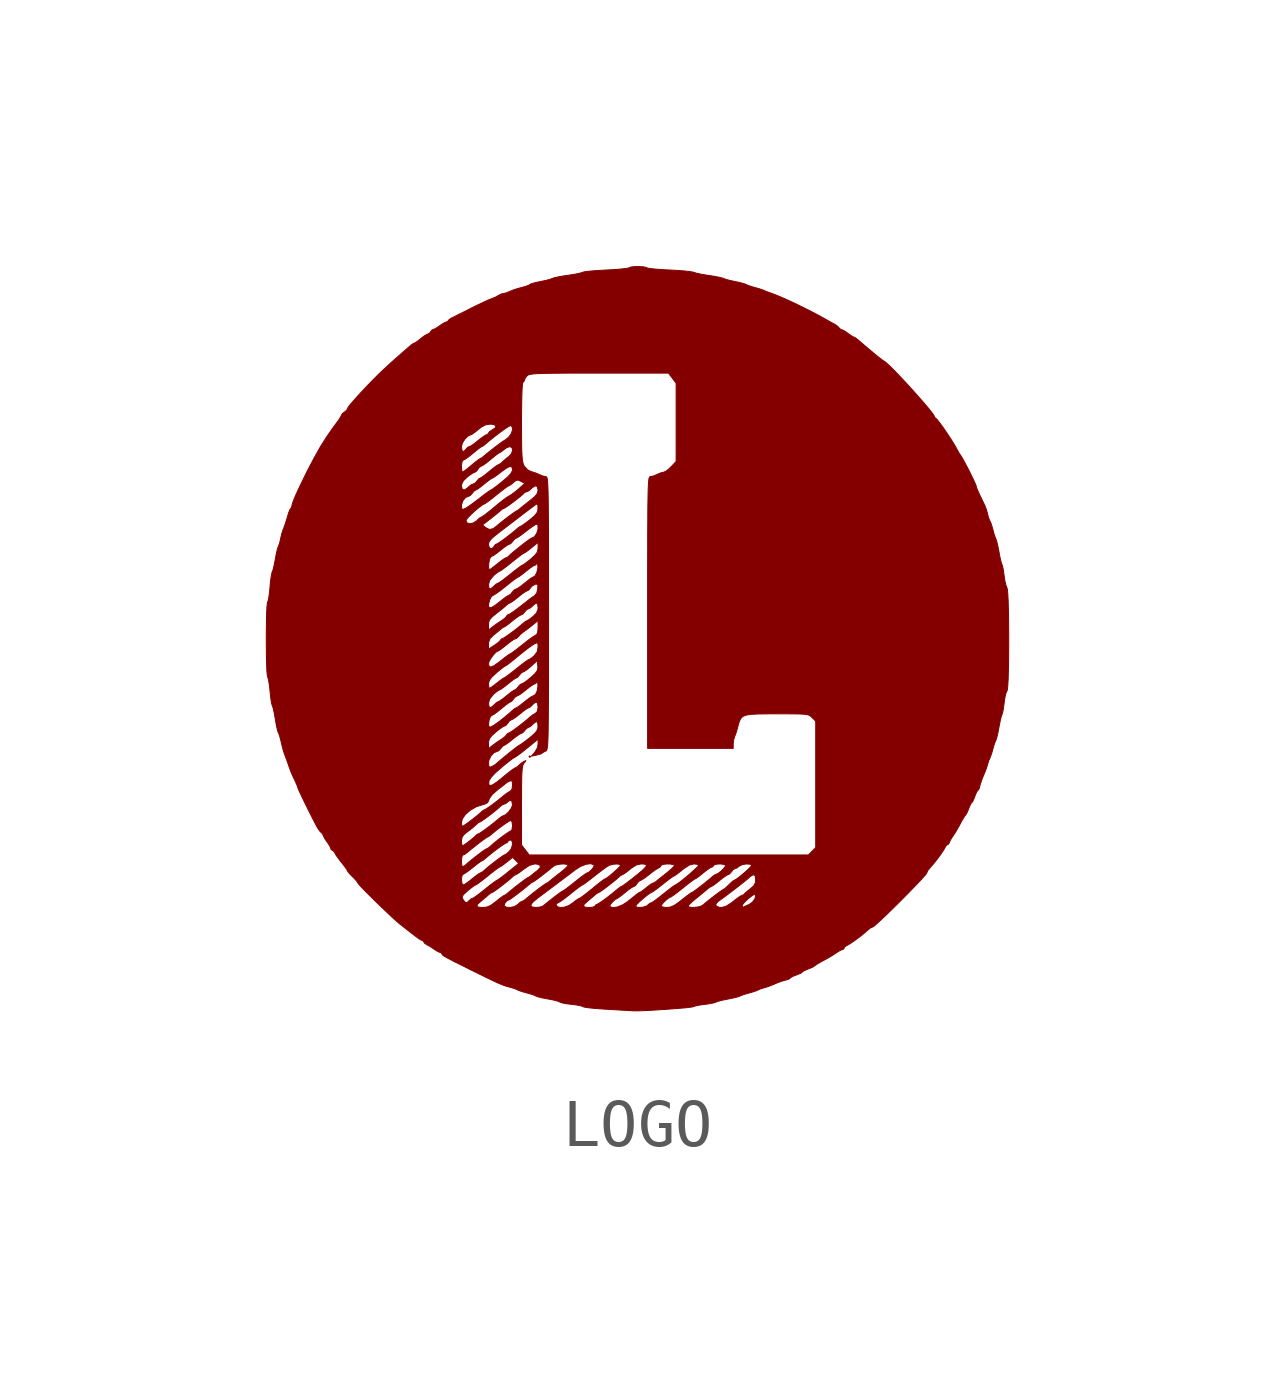
<source format=kicad_sym>
(kicad_symbol_lib
  (version 20210619)
  (generator bitmap2component)
  (symbol "LOGO"
    (pin_names
      (offset 1.016))
    (property "Reference" "#G"
      (at 0 7.373 0)
      (effects (font (size 1.27 1.27)) hide))
    (symbol "LOGO_0_0"
      (polyline (pts (xy 0.106 -7.782) (xy 0.252 -7.775) (xy 0.418 -7.765) (xy 0.592 -7.754) (xy 0.762 -7.741) (xy 0.917 -7.729) (xy 1.045 -7.717) (xy 1.134 -7.706) (xy 1.172 -7.698) (xy 1.212 -7.683) (xy 1.298 -7.665) (xy 1.407 -7.65) (xy 1.508 -7.636) (xy 1.596 -7.619) (xy 1.642 -7.603) (xy 1.643 -7.602) (xy 1.69 -7.585) (xy 1.779 -7.562) (xy 1.893 -7.539) (xy 1.898 -7.538) (xy 2.01 -7.515) (xy 2.098 -7.493) (xy 2.143 -7.477) (xy 2.164 -7.466) (xy 2.235 -7.441) (xy 2.33 -7.414) (xy 2.387 -7.398) (xy 2.471 -7.371) (xy 2.518 -7.351) (xy 2.566 -7.329) (xy 2.642 -7.306) (xy 2.667 -7.299) (xy 2.765 -7.266) (xy 2.869 -7.223) (xy 2.902 -7.208) (xy 3.009 -7.168) (xy 3.097 -7.143) (xy 3.099 -7.143) (xy 3.164 -7.123) (xy 3.191 -7.102) (xy 3.195 -7.095) (xy 3.239 -7.068) (xy 3.316 -7.038) (xy 3.347 -7.027) (xy 3.414 -6.998) (xy 3.441 -6.977) (xy 3.444 -6.972) (xy 3.484 -6.946) (xy 3.558 -6.915) (xy 3.581 -6.906) (xy 3.654 -6.876) (xy 3.691 -6.854) (xy 3.693 -6.852) (xy 3.74 -6.817) (xy 3.832 -6.763) (xy 3.959 -6.694) (xy 3.961 -6.693) (xy 4.056 -6.638) (xy 4.151 -6.575) (xy 4.166 -6.565) (xy 4.236 -6.523) (xy 4.282 -6.506) (xy 4.293 -6.505) (xy 4.317 -6.474) (xy 4.325 -6.454) (xy 4.372 -6.422) (xy 4.377 -6.42) (xy 4.441 -6.383) (xy 4.532 -6.321) (xy 4.635 -6.245) (xy 4.731 -6.168) (xy 4.805 -6.102) (xy 4.861 -6.058) (xy 4.908 -6.037) (xy 4.939 -6.017) (xy 5.006 -5.959) (xy 5.103 -5.87) (xy 5.22 -5.758) (xy 5.351 -5.63) (xy 5.489 -5.493) (xy 5.626 -5.355) (xy 5.754 -5.224) (xy 5.867 -5.106) (xy 5.957 -5.009) (xy 6.016 -4.941) (xy 6.037 -4.908) (xy 6.055 -4.864) (xy 6.102 -4.805) (xy 6.11 -4.796) (xy 6.178 -4.719) (xy 6.256 -4.62) (xy 6.331 -4.518) (xy 6.39 -4.429) (xy 6.422 -4.372) (xy 6.438 -4.342) (xy 6.474 -4.317) (xy 6.484 -4.315) (xy 6.506 -4.282) (xy 6.507 -4.276) (xy 6.53 -4.223) (xy 6.575 -4.151) (xy 6.577 -4.149) (xy 6.64 -4.053) (xy 6.694 -3.959) (xy 6.7 -3.949) (xy 6.767 -3.824) (xy 6.821 -3.735) (xy 6.854 -3.691) (xy 6.858 -3.686) (xy 6.884 -3.637) (xy 6.915 -3.558) (xy 6.924 -3.533) (xy 6.955 -3.467) (xy 6.977 -3.441) (xy 6.983 -3.437) (xy 7.008 -3.393) (xy 7.038 -3.316) (xy 7.049 -3.285) (xy 7.079 -3.217) (xy 7.102 -3.191) (xy 7.102 -3.191) (xy 7.123 -3.163) (xy 7.143 -3.097) (xy 7.149 -3.071) (xy 7.181 -2.973) (xy 7.223 -2.869) (xy 7.237 -2.836) (xy 7.279 -2.729) (xy 7.306 -2.642) (xy 7.328 -2.569) (xy 7.351 -2.518) (xy 7.361 -2.497) (xy 7.386 -2.426) (xy 7.414 -2.33) (xy 7.429 -2.274) (xy 7.457 -2.189) (xy 7.477 -2.143) (xy 7.479 -2.14) (xy 7.496 -2.087) (xy 7.518 -1.994) (xy 7.54 -1.877) (xy 7.543 -1.858) (xy 7.566 -1.744) (xy 7.587 -1.655) (xy 7.603 -1.611) (xy 7.604 -1.611) (xy 7.618 -1.564) (xy 7.635 -1.474) (xy 7.649 -1.361) (xy 7.65 -1.356) (xy 7.666 -1.244) (xy 7.687 -1.16) (xy 7.707 -1.119) (xy 7.717 -1.086) (xy 7.725 -0.998) (xy 7.732 -0.865) (xy 7.737 -0.695) (xy 7.741 -0.498) (xy 7.743 -0.283) (xy 7.744 -0.058) (xy 7.743 0.167) (xy 7.741 0.384) (xy 7.737 0.584) (xy 7.732 0.758) (xy 7.725 0.897) (xy 7.716 0.993) (xy 7.706 1.035) (xy 7.687 1.08) (xy 7.665 1.17) (xy 7.648 1.282) (xy 7.635 1.383) (xy 7.618 1.472) (xy 7.603 1.517) (xy 7.601 1.52) (xy 7.584 1.573) (xy 7.562 1.666) (xy 7.54 1.783) (xy 7.537 1.802) (xy 7.514 1.916) (xy 7.493 2.005) (xy 7.477 2.049) (xy 7.467 2.069) (xy 7.442 2.14) (xy 7.416 2.236) (xy 7.401 2.292) (xy 7.374 2.377) (xy 7.352 2.424) (xy 7.35 2.427) (xy 7.326 2.483) (xy 7.304 2.565) (xy 7.304 2.566) (xy 7.277 2.666) (xy 7.243 2.753) (xy 7.214 2.812) (xy 7.146 2.954) (xy 7.101 3.051) (xy 7.077 3.11) (xy 7.069 3.139) (xy 7.062 3.165) (xy 7.03 3.239) (xy 6.981 3.342) (xy 6.922 3.462) (xy 6.859 3.583) (xy 6.801 3.692) (xy 6.753 3.775) (xy 6.725 3.816) (xy 6.704 3.847) (xy 6.67 3.91) (xy 6.653 3.941) (xy 6.598 4.036) (xy 6.527 4.149) (xy 6.448 4.268) (xy 6.37 4.381) (xy 6.3 4.476) (xy 6.248 4.542) (xy 6.22 4.567) (xy 6.212 4.569) (xy 6.194 4.602) (xy 6.184 4.625) (xy 6.138 4.689) (xy 6.06 4.786) (xy 5.959 4.905) (xy 5.84 5.04) (xy 5.712 5.183) (xy 5.582 5.325) (xy 5.456 5.459) (xy 5.342 5.577) (xy 5.246 5.671) (xy 5.178 5.733) (xy 5.142 5.756) (xy 5.12 5.77) (xy 5.057 5.818) (xy 4.964 5.893) (xy 4.849 5.989) (xy 4.722 6.096) (xy 4.59 6.209) (xy 4.553 6.238) (xy 4.515 6.256) (xy 4.508 6.258) (xy 4.461 6.285) (xy 4.392 6.334) (xy 4.37 6.351) (xy 4.301 6.395) (xy 4.258 6.412) (xy 4.242 6.417) (xy 4.201 6.454) (xy 4.187 6.473) (xy 4.129 6.516) (xy 4.097 6.533) (xy 4.02 6.575) (xy 3.926 6.628) (xy 3.803 6.697) (xy 3.628 6.789) (xy 3.437 6.885) (xy 3.245 6.978) (xy 3.065 7.06) (xy 2.912 7.125) (xy 2.8 7.168) (xy 2.772 7.177) (xy 2.691 7.206) (xy 2.643 7.228) (xy 2.622 7.237) (xy 2.551 7.261) (xy 2.456 7.288) (xy 2.399 7.304) (xy 2.314 7.332) (xy 2.268 7.353) (xy 2.227 7.369) (xy 2.142 7.392) (xy 2.033 7.415) (xy 1.931 7.437) (xy 1.844 7.46) (xy 1.799 7.478) (xy 1.789 7.482) (xy 1.728 7.499) (xy 1.626 7.519) (xy 1.502 7.539) (xy 1.46 7.545) (xy 1.335 7.566) (xy 1.236 7.587) (xy 1.18 7.605) (xy 1.168 7.609) (xy 1.098 7.621) (xy 0.983 7.634) (xy 0.836 7.645) (xy 0.67 7.654) (xy 0.602 7.657) (xy 0.448 7.667) (xy 0.322 7.678) (xy 0.236 7.689) (xy 0.2 7.7) (xy 0.19 7.707) (xy 0.131 7.72) (xy 0.043 7.725) (xy -0.052 7.724) (xy -0.13 7.715) (xy -0.169 7.7) (xy -0.177 7.696) (xy -0.237 7.684) (xy -0.342 7.673) (xy -0.482 7.662) (xy -0.645 7.653) (xy -0.716 7.649) (xy -0.874 7.639) (xy -1.004 7.628) (xy -1.097 7.616) (xy -1.139 7.606) (xy -1.152 7.599) (xy -1.219 7.581) (xy -1.325 7.561) (xy -1.454 7.541) (xy -1.514 7.533) (xy -1.633 7.512) (xy -1.723 7.493) (xy -1.767 7.478) (xy -1.811 7.46) (xy -1.899 7.437) (xy -2.01 7.414) (xy -2.012 7.414) (xy -2.12 7.391) (xy -2.201 7.368) (xy -2.237 7.351) (xy -2.254 7.338) (xy -2.32 7.313) (xy -2.413 7.287) (xy -2.469 7.273) (xy -2.577 7.239) (xy -2.656 7.206) (xy -2.723 7.178) (xy -2.785 7.163) (xy -2.826 7.155) (xy -2.894 7.121) (xy -2.947 7.09) (xy -3.034 7.055) (xy -3.091 7.033) (xy -3.189 6.988) (xy -3.316 6.928) (xy -3.457 6.859) (xy -3.594 6.789) (xy -3.719 6.727) (xy -3.816 6.678) (xy -3.871 6.651) (xy -3.916 6.622) (xy -3.941 6.592) (xy -3.943 6.585) (xy -3.978 6.569) (xy -3.987 6.567) (xy -4.043 6.54) (xy -4.116 6.491) (xy -4.139 6.474) (xy -4.208 6.43) (xy -4.253 6.412) (xy -4.271 6.407) (xy -4.305 6.366) (xy -4.318 6.344) (xy -4.36 6.319) (xy -4.375 6.315) (xy -4.433 6.282) (xy -4.506 6.226) (xy -4.538 6.199) (xy -4.601 6.152) (xy -4.637 6.132) (xy -4.663 6.122) (xy -4.715 6.084) (xy -4.775 6.033) (xy -4.973 5.86) (xy -5.138 5.714) (xy -5.279 5.583) (xy -5.409 5.459) (xy -5.537 5.33) (xy -5.675 5.186) (xy -5.765 5.09) (xy -5.873 4.97) (xy -5.96 4.871) (xy -6.017 4.8) (xy -6.037 4.765) (xy -6.05 4.734) (xy -6.1 4.692) (xy -6.138 4.665) (xy -6.162 4.628) (xy -6.175 4.596) (xy -6.218 4.529) (xy -6.28 4.443) (xy -6.334 4.371) (xy -6.47 4.176) (xy -6.594 3.979) (xy -3.66 3.979) (xy -3.64 4.05) (xy -3.589 4.13) (xy -3.523 4.194) (xy -3.462 4.222) (xy -3.441 4.231) (xy -3.383 4.271) (xy -3.307 4.332) (xy -3.245 4.381) (xy -3.155 4.428) (xy -3.06 4.442) (xy -2.993 4.435) (xy -2.944 4.408) (xy -2.952 4.367) (xy -3.019 4.322) (xy -3.071 4.29) (xy -3.097 4.255) (xy -3.098 4.245) (xy -3.131 4.223) (xy -3.164 4.209) (xy -3.232 4.163) (xy -3.316 4.098) (xy -3.388 4.04) (xy -3.458 3.991) (xy -3.498 3.973) (xy -3.529 3.959) (xy -3.575 3.91) (xy -3.583 3.899) (xy -3.624 3.867) (xy -3.651 3.894) (xy -3.66 3.979) (xy -6.594 3.979) (xy -6.6 3.969) (xy -6.732 3.734) (xy -6.82 3.566) (xy -3.66 3.566) (xy -3.659 3.589) (xy -3.648 3.663) (xy -3.624 3.691) (xy -3.624 3.691) (xy -3.583 3.711) (xy -3.511 3.761) (xy -3.424 3.832) (xy -3.42 3.835) (xy -3.336 3.904) (xy -3.272 3.954) (xy -3.24 3.973) (xy -3.217 3.983) (xy -3.167 4.021) (xy -3.086 4.09) (xy -2.972 4.182) (xy -2.858 4.269) (xy -2.757 4.342) (xy -2.68 4.392) (xy -2.639 4.411) (xy -2.628 4.409) (xy -2.599 4.376) (xy -2.599 4.313) (xy -2.626 4.238) (xy -2.676 4.172) (xy -2.685 4.164) (xy -2.741 4.117) (xy -2.772 4.098) (xy -2.8 4.081) (xy -2.864 4.035) (xy -2.95 3.971) (xy -3.043 3.898) (xy -3.131 3.828) (xy -3.198 3.771) (xy -3.236 3.741) (xy -3.272 3.722) (xy -3.272 3.722) (xy -3.305 3.702) (xy -3.37 3.652) (xy -3.455 3.582) (xy -3.458 3.579) (xy -3.542 3.509) (xy -3.608 3.46) (xy -3.64 3.441) (xy -3.644 3.444) (xy -3.655 3.488) (xy -3.66 3.566) (xy -6.82 3.566) (xy -6.877 3.457) (xy -6.964 3.28) (xy -7.024 3.154) (xy -3.66 3.154) (xy -3.656 3.19) (xy -3.62 3.262) (xy -3.537 3.342) (xy -3.492 3.376) (xy -3.422 3.423) (xy -3.381 3.441) (xy -3.355 3.454) (xy -3.316 3.503) (xy -3.288 3.542) (xy -3.249 3.566) (xy -3.249 3.566) (xy -3.209 3.586) (xy -3.139 3.636) (xy -3.051 3.707) (xy -3.049 3.709) (xy -2.964 3.779) (xy -2.898 3.829) (xy -2.865 3.848) (xy -2.832 3.865) (xy -2.777 3.91) (xy -2.716 3.952) (xy -2.653 3.973) (xy -2.645 3.972) (xy -2.603 3.945) (xy -2.596 3.889) (xy -2.621 3.822) (xy -2.677 3.763) (xy -2.745 3.711) (xy -2.809 3.652) (xy -2.847 3.618) (xy -2.888 3.597) (xy -2.888 3.597) (xy -2.925 3.577) (xy -2.994 3.527) (xy -3.079 3.457) (xy -3.082 3.455) (xy -3.168 3.385) (xy -3.236 3.335) (xy -3.272 3.316) (xy -3.299 3.302) (xy -3.34 3.253) (xy -3.373 3.215) (xy -3.421 3.191) (xy -3.462 3.175) (xy -3.519 3.128) (xy -3.538 3.108) (xy -3.602 3.069) (xy -3.644 3.084) (xy -3.66 3.154) (xy -7.024 3.154) (xy -7.063 3.074) (xy -7.135 2.913) (xy -7.179 2.8) (xy -7.192 2.748) (xy -3.66 2.748) (xy -3.659 2.762) (xy -3.631 2.846) (xy -3.575 2.913) (xy -3.509 2.94) (xy -3.478 2.954) (xy -3.434 3.003) (xy -3.403 3.042) (xy -3.367 3.066) (xy -3.338 3.08) (xy -3.273 3.125) (xy -3.191 3.191) (xy -3.119 3.249) (xy -3.053 3.297) (xy -3.019 3.316) (xy -2.989 3.331) (xy -2.924 3.376) (xy -2.839 3.441) (xy -2.824 3.453) (xy -2.717 3.529) (xy -2.647 3.561) (xy -2.608 3.547) (xy -2.596 3.491) (xy -2.598 3.473) (xy -2.628 3.415) (xy -2.697 3.341) (xy -2.814 3.241) (xy -2.86 3.204) (xy -2.951 3.133) (xy -3.019 3.084) (xy -3.05 3.066) (xy -3.057 3.063) (xy -3.103 3.033) (xy -3.181 2.976) (xy -3.278 2.901) (xy -3.308 2.878) (xy -3.412 2.799) (xy -3.501 2.735) (xy -3.558 2.698) (xy -3.575 2.688) (xy -3.632 2.663) (xy -3.656 2.681) (xy -3.66 2.748) (xy -7.192 2.748) (xy -7.194 2.738) (xy -7.197 2.72) (xy -7.221 2.677) (xy -7.233 2.663) (xy -7.26 2.601) (xy -7.287 2.511) (xy -7.299 2.469) (xy -7.31 2.434) (xy -3.566 2.434) (xy -3.562 2.446) (xy -3.523 2.496) (xy -3.455 2.565) (xy -3.372 2.642) (xy -3.287 2.712) (xy -3.216 2.764) (xy -3.174 2.784) (xy -3.162 2.79) (xy -3.109 2.827) (xy -3.026 2.89) (xy -2.925 2.972) (xy -2.867 3.018) (xy -2.773 3.091) (xy -2.704 3.141) (xy -2.671 3.159) (xy -2.671 3.159) (xy -2.632 3.18) (xy -2.575 3.227) (xy -2.531 3.265) (xy -2.483 3.277) (xy -2.421 3.251) (xy -2.339 3.207) (xy -2.475 3.087) (xy -2.535 3.037) (xy -2.617 2.975) (xy -2.675 2.94) (xy -2.701 2.925) (xy -2.773 2.874) (xy -2.87 2.798) (xy -2.979 2.708) (xy -3.051 2.648) (xy -3.145 2.573) (xy -3.215 2.522) (xy -3.249 2.502) (xy -3.272 2.494) (xy -3.317 2.454) (xy -3.339 2.43) (xy -3.413 2.382) (xy -3.487 2.366) (xy -3.543 2.383) (xy -3.566 2.434) (xy -7.31 2.434) (xy -7.334 2.357) (xy -7.34 2.341) (xy -3.222 2.341) (xy -3.058 2.468) (xy -2.975 2.533) (xy -2.894 2.599) (xy -2.844 2.643) (xy -2.81 2.671) (xy -2.771 2.69) (xy -2.756 2.696) (xy -2.7 2.732) (xy -2.62 2.79) (xy -2.53 2.858) (xy -2.445 2.925) (xy -2.381 2.98) (xy -2.351 3.011) (xy -2.345 3.019) (xy -2.301 3.034) (xy -2.261 3.05) (xy -2.205 3.097) (xy -2.185 3.118) (xy -2.122 3.156) (xy -2.08 3.14) (xy -2.064 3.068) (xy -2.066 3.048) (xy -2.084 2.99) (xy -2.135 2.929) (xy -2.229 2.851) (xy -2.311 2.787) (xy -2.394 2.721) (xy -2.448 2.676) (xy -2.486 2.646) (xy -2.52 2.628) (xy -2.542 2.615) (xy -2.602 2.573) (xy -2.686 2.511) (xy -2.78 2.438) (xy -2.87 2.367) (xy -2.943 2.306) (xy -3.003 2.262) (xy -3.078 2.246) (xy -3.153 2.284) (xy -3.222 2.341) (xy -7.34 2.341) (xy -7.367 2.268) (xy -7.372 2.258) (xy -7.405 2.158) (xy -7.431 2.049) (xy -7.435 2.024) (xy -7.456 1.942) (xy -7.464 1.924) (xy -3.097 1.924) (xy -3.096 1.946) (xy -3.085 1.988) (xy -3.056 2.031) (xy -3.001 2.085) (xy -2.91 2.159) (xy -2.778 2.26) (xy -2.747 2.284) (xy -2.618 2.382) (xy -2.474 2.493) (xy -2.339 2.597) (xy -2.272 2.647) (xy -2.178 2.718) (xy -2.111 2.766) (xy -2.081 2.784) (xy -2.079 2.784) (xy -2.069 2.752) (xy -2.066 2.682) (xy -2.069 2.644) (xy -2.091 2.587) (xy -2.143 2.526) (xy -2.236 2.448) (xy -2.239 2.446) (xy -2.325 2.38) (xy -2.391 2.333) (xy -2.422 2.315) (xy -2.445 2.304) (xy -2.495 2.267) (xy -2.536 2.231) (xy -2.633 2.152) (xy -2.734 2.074) (xy -2.827 2.006) (xy -2.898 1.958) (xy -2.935 1.939) (xy -2.951 1.934) (xy -2.983 1.893) (xy -2.993 1.873) (xy -3.036 1.845) (xy -3.078 1.864) (xy -3.097 1.924) (xy -7.464 1.924) (xy -7.476 1.893) (xy -7.479 1.889) (xy -7.496 1.837) (xy -7.518 1.744) (xy -7.54 1.627) (xy -7.543 1.608) (xy -7.566 1.493) (xy -7.574 1.459) (xy -3.095 1.459) (xy -3.092 1.535) (xy -3.077 1.619) (xy -3.058 1.663) (xy -3.027 1.689) (xy -2.996 1.703) (xy -2.93 1.748) (xy -2.846 1.814) (xy -2.774 1.872) (xy -2.703 1.921) (xy -2.663 1.939) (xy -2.633 1.953) (xy -2.589 2.002) (xy -2.559 2.041) (xy -2.523 2.064) (xy -2.496 2.076) (xy -2.432 2.119) (xy -2.35 2.182) (xy -2.286 2.232) (xy -2.198 2.297) (xy -2.135 2.338) (xy -2.132 2.34) (xy -2.086 2.36) (xy -2.068 2.342) (xy -2.064 2.273) (xy -2.066 2.246) (xy -2.094 2.16) (xy -2.144 2.092) (xy -2.202 2.064) (xy -2.205 2.064) (xy -2.246 2.038) (xy -2.319 1.985) (xy -2.41 1.915) (xy -2.505 1.839) (xy -2.592 1.768) (xy -2.656 1.712) (xy -2.685 1.681) (xy -2.688 1.677) (xy -2.728 1.658) (xy -2.759 1.644) (xy -2.826 1.599) (xy -2.909 1.533) (xy -2.981 1.475) (xy -3.046 1.426) (xy -3.078 1.408) (xy -3.086 1.413) (xy -3.095 1.459) (xy -7.574 1.459) (xy -7.587 1.405) (xy -7.604 1.36) (xy -7.609 1.348) (xy -7.623 1.281) (xy -7.638 1.176) (xy -7.646 1.093) (xy -3.097 1.093) (xy -3.074 1.184) (xy -2.995 1.281) (xy -2.966 1.307) (xy -2.904 1.356) (xy -2.868 1.376) (xy -2.854 1.382) (xy -2.799 1.419) (xy -2.714 1.483) (xy -2.612 1.564) (xy -2.554 1.611) (xy -2.461 1.683) (xy -2.393 1.733) (xy -2.362 1.752) (xy -2.34 1.762) (xy -2.281 1.803) (xy -2.203 1.865) (xy -2.064 1.978) (xy -2.064 1.868) (xy -2.066 1.829) (xy -2.084 1.768) (xy -2.131 1.708) (xy -2.217 1.629) (xy -2.293 1.569) (xy -2.358 1.52) (xy -2.392 1.501) (xy -2.405 1.496) (xy -2.458 1.458) (xy -2.542 1.395) (xy -2.643 1.314) (xy -2.701 1.268) (xy -2.795 1.195) (xy -2.866 1.145) (xy -2.902 1.126) (xy -2.935 1.11) (xy -2.987 1.063) (xy -3.001 1.049) (xy -3.056 1.006) (xy -3.087 1.021) (xy -3.097 1.093) (xy -7.646 1.093) (xy -7.65 1.047) (xy -7.655 0.989) (xy -7.669 0.868) (xy -7.685 0.776) (xy -7.7 0.731) (xy -7.706 0.71) (xy -7.711 0.656) (xy -3.097 0.656) (xy -3.093 0.7) (xy -3.071 0.782) (xy -3.037 0.849) (xy -3.001 0.876) (xy -2.986 0.881) (xy -2.927 0.918) (xy -2.84 0.982) (xy -2.737 1.063) (xy -2.679 1.11) (xy -2.586 1.183) (xy -2.518 1.233) (xy -2.486 1.251) (xy -2.459 1.266) (xy -2.396 1.311) (xy -2.315 1.376) (xy -2.243 1.434) (xy -2.172 1.483) (xy -2.133 1.501) (xy -2.12 1.504) (xy -2.085 1.54) (xy -2.082 1.546) (xy -2.073 1.531) (xy -2.068 1.47) (xy -2.069 1.44) (xy -2.09 1.349) (xy -2.127 1.279) (xy -2.173 1.251) (xy -2.201 1.237) (xy -2.264 1.192) (xy -2.346 1.126) (xy -2.418 1.069) (xy -2.489 1.02) (xy -2.53 1.001) (xy -2.56 0.987) (xy -2.603 0.938) (xy -2.634 0.899) (xy -2.67 0.876) (xy -2.697 0.863) (xy -2.761 0.82) (xy -2.842 0.756) (xy -2.847 0.752) (xy -2.963 0.663) (xy -3.04 0.618) (xy -3.083 0.616) (xy -3.097 0.656) (xy -7.711 0.656) (xy -7.714 0.633) (xy -7.72 0.512) (xy -7.724 0.356) (xy -7.726 0.178) (xy -7.727 0.151) (xy -3.097 0.151) (xy -3.097 0.261) (xy -3.094 0.31) (xy -3.073 0.366) (xy -3.023 0.423) (xy -2.933 0.497) (xy -2.85 0.562) (xy -2.769 0.628) (xy -2.719 0.672) (xy -2.685 0.7) (xy -2.645 0.719) (xy -2.617 0.734) (xy -2.553 0.779) (xy -2.471 0.845) (xy -2.399 0.902) (xy -2.328 0.951) (xy -2.288 0.97) (xy -2.263 0.981) (xy -2.223 1.028) (xy -2.195 1.064) (xy -2.126 1.104) (xy -2.085 1.109) (xy -2.068 1.083) (xy -2.071 1.01) (xy -2.09 0.925) (xy -2.14 0.863) (xy -2.179 0.839) (xy -2.249 0.788) (xy -2.303 0.745) (xy -2.447 0.632) (xy -2.564 0.545) (xy -2.646 0.489) (xy -2.688 0.469) (xy -2.697 0.468) (xy -2.721 0.441) (xy -2.723 0.435) (xy -2.757 0.397) (xy -2.823 0.349) (xy -2.826 0.347) (xy -2.922 0.283) (xy -3.011 0.218) (xy -3.097 0.151) (xy -7.727 0.151) (xy -7.728 -0.014) (xy -7.727 -0.207) (xy -7.726 -0.247) (xy -3.097 -0.247) (xy -3.097 -0.142) (xy -3.095 -0.106) (xy -3.067 -0.029) (xy -2.995 0.043) (xy -2.979 0.056) (xy -2.899 0.12) (xy -2.839 0.171) (xy -2.801 0.201) (xy -2.765 0.219) (xy -2.739 0.233) (xy -2.677 0.279) (xy -2.596 0.344) (xy -2.524 0.401) (xy -2.453 0.45) (xy -2.412 0.469) (xy -2.382 0.483) (xy -2.339 0.532) (xy -2.307 0.571) (xy -2.265 0.594) (xy -2.228 0.61) (xy -2.174 0.657) (xy -2.155 0.676) (xy -2.103 0.715) (xy -2.073 0.696) (xy -2.064 0.618) (xy -2.067 0.577) (xy -2.098 0.503) (xy -2.172 0.43) (xy -2.202 0.407) (xy -2.265 0.362) (xy -2.297 0.344) (xy -2.32 0.334) (xy -2.369 0.296) (xy -2.405 0.265) (xy -2.503 0.184) (xy -2.607 0.105) (xy -2.702 0.036) (xy -2.775 -0.013) (xy -2.813 -0.031) (xy -2.822 -0.032) (xy -2.846 -0.057) (xy -2.853 -0.07) (xy -2.898 -0.112) (xy -2.972 -0.165) (xy -3.097 -0.247) (xy -7.726 -0.247) (xy -7.725 -0.391) (xy -7.721 -0.548) (xy -3.097 -0.548) (xy -3.089 -0.515) (xy -3.051 -0.443) (xy -2.995 -0.367) (xy -2.937 -0.306) (xy -2.891 -0.282) (xy -2.864 -0.267) (xy -2.803 -0.222) (xy -2.721 -0.156) (xy -2.649 -0.099) (xy -2.579 -0.05) (xy -2.539 -0.031) (xy -2.511 -0.021) (xy -2.465 0.023) (xy -2.434 0.058) (xy -2.372 0.11) (xy -2.346 0.127) (xy -2.276 0.179) (xy -2.192 0.245) (xy -2.064 0.349) (xy -2.064 0.205) (xy -2.067 0.141) (xy -2.083 0.072) (xy -2.119 0.04) (xy -2.136 0.032) (xy -2.201 -0.011) (xy -2.293 -0.079) (xy -2.398 -0.162) (xy -2.451 -0.204) (xy -2.543 -0.276) (xy -2.611 -0.326) (xy -2.643 -0.344) (xy -2.644 -0.344) (xy -2.679 -0.365) (xy -2.748 -0.416) (xy -2.836 -0.485) (xy -2.879 -0.519) (xy -2.982 -0.592) (xy -3.049 -0.621) (xy -3.086 -0.606) (xy -3.097 -0.548) (xy -7.721 -0.548) (xy -7.721 -0.556) (xy -7.716 -0.69) (xy -7.708 -0.783) (xy -7.7 -0.825) (xy -7.695 -0.834) (xy -7.679 -0.897) (xy -7.667 -0.972) (xy -3.097 -0.972) (xy -3.096 -0.952) (xy -3.076 -0.892) (xy -3.024 -0.825) (xy -2.929 -0.738) (xy -2.924 -0.733) (xy -2.839 -0.663) (xy -2.774 -0.613) (xy -2.742 -0.594) (xy -2.724 -0.585) (xy -2.666 -0.542) (xy -2.579 -0.474) (xy -2.475 -0.388) (xy -2.405 -0.331) (xy -2.296 -0.245) (xy -2.204 -0.178) (xy -2.146 -0.14) (xy -2.132 -0.133) (xy -2.085 -0.114) (xy -2.067 -0.135) (xy -2.064 -0.207) (xy -2.083 -0.307) (xy -2.151 -0.392) (xy -2.162 -0.402) (xy -2.224 -0.449) (xy -2.263 -0.468) (xy -2.276 -0.474) (xy -2.331 -0.512) (xy -2.416 -0.576) (xy -2.518 -0.657) (xy -2.576 -0.704) (xy -2.669 -0.776) (xy -2.737 -0.826) (xy -2.768 -0.845) (xy -2.788 -0.854) (xy -2.845 -0.894) (xy -2.923 -0.954) (xy -2.978 -0.998) (xy -3.043 -1.045) (xy -3.076 -1.064) (xy -3.091 -1.037) (xy -3.097 -0.972) (xy -7.667 -0.972) (xy -7.663 -1) (xy -7.649 -1.126) (xy -7.645 -1.171) (xy -7.631 -1.29) (xy -7.617 -1.378) (xy -3.097 -1.378) (xy -3.074 -1.288) (xy -2.995 -1.19) (xy -2.966 -1.165) (xy -2.904 -1.115) (xy -2.866 -1.095) (xy -2.837 -1.081) (xy -2.772 -1.035) (xy -2.69 -0.97) (xy -2.618 -0.912) (xy -2.55 -0.863) (xy -2.513 -0.845) (xy -2.488 -0.831) (xy -2.447 -0.782) (xy -2.415 -0.743) (xy -2.373 -0.72) (xy -2.348 -0.71) (xy -2.286 -0.667) (xy -2.209 -0.603) (xy -2.08 -0.486) (xy -2.07 -0.594) (xy -2.068 -0.644) (xy -2.083 -0.699) (xy -2.127 -0.756) (xy -2.211 -0.834) (xy -2.287 -0.897) (xy -2.358 -0.948) (xy -2.401 -0.969) (xy -2.433 -0.983) (xy -2.478 -1.032) (xy -2.509 -1.071) (xy -2.545 -1.095) (xy -2.574 -1.109) (xy -2.639 -1.154) (xy -2.721 -1.22) (xy -2.793 -1.278) (xy -2.862 -1.326) (xy -2.899 -1.345) (xy -2.93 -1.361) (xy -2.98 -1.408) (xy -2.992 -1.422) (xy -3.05 -1.465) (xy -3.085 -1.45) (xy -3.097 -1.378) (xy -7.617 -1.378) (xy -7.616 -1.379) (xy -7.603 -1.423) (xy -7.599 -1.429) (xy -7.582 -1.486) (xy -7.561 -1.584) (xy -7.54 -1.705) (xy -7.535 -1.737) (xy -7.519 -1.822) (xy -3.096 -1.822) (xy -3.096 -1.812) (xy -3.084 -1.723) (xy -3.058 -1.654) (xy -3.026 -1.627) (xy -3.026 -1.627) (xy -2.987 -1.607) (xy -2.916 -1.556) (xy -2.829 -1.486) (xy -2.827 -1.484) (xy -2.741 -1.414) (xy -2.673 -1.364) (xy -2.638 -1.345) (xy -2.613 -1.331) (xy -2.572 -1.282) (xy -2.541 -1.244) (xy -2.499 -1.22) (xy -2.466 -1.206) (xy -2.398 -1.161) (xy -2.315 -1.095) (xy -2.243 -1.037) (xy -2.172 -0.989) (xy -2.133 -0.97) (xy -2.12 -0.967) (xy -2.085 -0.931) (xy -2.083 -0.926) (xy -2.072 -0.937) (xy -2.067 -0.995) (xy -2.067 -1.021) (xy -2.083 -1.119) (xy -2.118 -1.192) (xy -2.163 -1.22) (xy -2.195 -1.234) (xy -2.262 -1.279) (xy -2.346 -1.345) (xy -2.418 -1.403) (xy -2.485 -1.452) (xy -2.519 -1.47) (xy -2.554 -1.488) (xy -2.609 -1.535) (xy -2.665 -1.585) (xy -2.753 -1.659) (xy -2.852 -1.738) (xy -2.892 -1.768) (xy -2.992 -1.839) (xy -3.054 -1.871) (xy -3.087 -1.864) (xy -3.096 -1.822) (xy -7.519 -1.822) (xy -7.513 -1.854) (xy -7.493 -1.942) (xy -7.477 -1.986) (xy -7.464 -2.013) (xy -7.44 -2.089) (xy -7.415 -2.19) (xy -7.399 -2.259) (xy -7.383 -2.32) (xy -3.097 -2.32) (xy -3.097 -2.211) (xy -3.095 -2.174) (xy -3.077 -2.113) (xy -3.031 -2.052) (xy -2.944 -1.974) (xy -2.868 -1.913) (xy -2.797 -1.864) (xy -2.757 -1.846) (xy -2.73 -1.833) (xy -2.69 -1.783) (xy -2.663 -1.745) (xy -2.623 -1.72) (xy -2.591 -1.706) (xy -2.523 -1.661) (xy -2.44 -1.595) (xy -2.368 -1.538) (xy -2.3 -1.489) (xy -2.263 -1.47) (xy -2.231 -1.455) (xy -2.181 -1.408) (xy -2.159 -1.384) (xy -2.106 -1.349) (xy -2.075 -1.373) (xy -2.064 -1.456) (xy -2.077 -1.543) (xy -2.119 -1.586) (xy -2.169 -1.613) (xy -2.236 -1.665) (xy -2.291 -1.714) (xy -2.384 -1.79) (xy -2.483 -1.867) (xy -2.576 -1.935) (xy -2.649 -1.984) (xy -2.688 -2.002) (xy -2.697 -2.003) (xy -2.721 -2.03) (xy -2.723 -2.036) (xy -2.757 -2.074) (xy -2.823 -2.122) (xy -2.826 -2.124) (xy -2.922 -2.188) (xy -3.011 -2.253) (xy -3.097 -2.32) (xy -7.383 -2.32) (xy -7.373 -2.359) (xy -7.352 -2.424) (xy -7.35 -2.429) (xy -7.321 -2.505) (xy -7.288 -2.596) (xy -7.288 -2.598) (xy -7.281 -2.616) (xy -3.097 -2.616) (xy -3.088 -2.56) (xy -3.046 -2.473) (xy -2.983 -2.405) (xy -2.915 -2.377) (xy -2.884 -2.364) (xy -2.839 -2.315) (xy -2.809 -2.276) (xy -2.773 -2.252) (xy -2.743 -2.238) (xy -2.679 -2.193) (xy -2.596 -2.127) (xy -2.524 -2.07) (xy -2.453 -2.021) (xy -2.412 -2.002) (xy -2.382 -1.988) (xy -2.339 -1.939) (xy -2.307 -1.901) (xy -2.265 -1.877) (xy -2.228 -1.861) (xy -2.174 -1.814) (xy -2.155 -1.795) (xy -2.103 -1.756) (xy -2.073 -1.776) (xy -2.065 -1.853) (xy -2.071 -1.907) (xy -2.097 -1.961) (xy -2.153 -2.022) (xy -2.251 -2.104) (xy -2.269 -2.118) (xy -2.358 -2.186) (xy -2.425 -2.234) (xy -2.457 -2.252) (xy -2.458 -2.252) (xy -2.492 -2.274) (xy -2.56 -2.326) (xy -2.651 -2.398) (xy -2.753 -2.481) (xy -2.853 -2.564) (xy -2.94 -2.639) (xy -2.971 -2.662) (xy -3.042 -2.7) (xy -3.068 -2.706) (xy -3.091 -2.685) (xy -3.097 -2.616) (xy -7.281 -2.616) (xy -7.246 -2.718) (xy -7.213 -2.804) (xy -7.181 -2.881) (xy -7.137 -2.972) (xy -7.118 -3.012) (xy -3.091 -3.012) (xy -3.083 -2.982) (xy -3.041 -2.916) (xy -2.959 -2.829) (xy -2.831 -2.716) (xy -2.752 -2.65) (xy -2.657 -2.575) (xy -2.588 -2.523) (xy -2.555 -2.503) (xy -2.541 -2.497) (xy -2.485 -2.459) (xy -2.399 -2.395) (xy -2.297 -2.313) (xy -2.064 -2.123) (xy -2.064 -2.225) (xy -2.076 -2.3) (xy -2.135 -2.402) (xy -2.205 -2.478) (xy -2.096 -2.455) (xy -2.083 -2.452) (xy -2.009 -2.431) (xy -1.971 -2.41) (xy -1.955 -2.396) (xy -1.9 -2.368) (xy -1.895 -2.366) (xy -1.886 -2.356) (xy -1.879 -2.337) (xy -1.872 -2.304) (xy -1.866 -2.255) (xy -1.861 -2.185) (xy -1.857 -2.09) (xy -1.854 -1.966) (xy -1.852 -1.811) (xy -1.85 -1.619) (xy -1.848 -1.388) (xy -1.847 -1.113) (xy -1.846 -0.79) (xy -1.846 -0.416) (xy -1.846 0.012) (xy -1.845 0.499) (xy -1.846 0.795) (xy -1.846 1.246) (xy -1.846 1.642) (xy -1.847 1.984) (xy -1.847 2.278) (xy -1.849 2.526) (xy -1.851 2.733) (xy -1.853 2.902) (xy -1.856 3.037) (xy -1.86 3.142) (xy -1.864 3.22) (xy -1.869 3.276) (xy -1.875 3.313) (xy -1.883 3.334) (xy -1.891 3.345) (xy -1.9 3.347) (xy -1.96 3.359) (xy -2.039 3.391) (xy -2.114 3.424) (xy -2.211 3.454) (xy -2.282 3.489) (xy -2.354 3.569) (xy -2.366 3.594) (xy -2.38 3.636) (xy -2.391 3.694) (xy -2.398 3.775) (xy -2.404 3.887) (xy -2.407 4.039) (xy -2.408 4.238) (xy -2.409 4.491) (xy -2.409 4.588) (xy -2.406 4.844) (xy -2.402 5.047) (xy -2.396 5.196) (xy -2.388 5.287) (xy -2.377 5.318) (xy -2.365 5.321) (xy -2.346 5.36) (xy -2.333 5.398) (xy -2.289 5.454) (xy -2.281 5.46) (xy -2.258 5.471) (xy -2.221 5.48) (xy -2.166 5.488) (xy -2.086 5.494) (xy -1.976 5.498) (xy -1.831 5.501) (xy -1.645 5.503) (xy -1.413 5.505) (xy -1.13 5.505) (xy -0.789 5.505) (xy 0.654 5.505) (xy 0.813 5.296) (xy 0.813 3.664) (xy 0.708 3.553) (xy 0.671 3.517) (xy 0.603 3.462) (xy 0.555 3.441) (xy 0.496 3.427) (xy 0.418 3.394) (xy 0.34 3.361) (xy 0.274 3.347) (xy 0.269 3.346) (xy 0.26 3.34) (xy 0.252 3.324) (xy 0.245 3.295) (xy 0.24 3.248) (xy 0.235 3.18) (xy 0.231 3.088) (xy 0.228 2.967) (xy 0.225 2.813) (xy 0.223 2.624) (xy 0.222 2.394) (xy 0.22 2.121) (xy 0.22 1.8) (xy 0.219 1.429) (xy 0.219 1.002) (xy 0.219 -2.315) (xy 2.002 -2.315) (xy 2.002 -2.22) (xy 2.01 -2.143) (xy 2.031 -2.072) (xy 2.041 -2.05) (xy 2.069 -1.97) (xy 2.097 -1.871) (xy 2.109 -1.824) (xy 2.132 -1.748) (xy 2.161 -1.691) (xy 2.204 -1.65) (xy 2.269 -1.623) (xy 2.364 -1.607) (xy 2.498 -1.599) (xy 2.677 -1.596) (xy 2.912 -1.595) (xy 3.116 -1.595) (xy 3.284 -1.597) (xy 3.407 -1.599) (xy 3.493 -1.605) (xy 3.551 -1.614) (xy 3.59 -1.627) (xy 3.619 -1.647) (xy 3.646 -1.672) (xy 3.722 -1.749) (xy 3.722 -4.382) (xy 3.646 -4.459) (xy 3.569 -4.536) (xy -2.249 -4.536) (xy -2.409 -4.327) (xy -2.409 -3.503) (xy -2.408 -3.275) (xy -2.407 -3.074) (xy -2.405 -2.921) (xy -2.4 -2.808) (xy -2.393 -2.73) (xy -2.383 -2.676) (xy -2.37 -2.642) (xy -2.354 -2.618) (xy -2.323 -2.581) (xy -2.32 -2.569) (xy -2.364 -2.59) (xy -2.408 -2.618) (xy -2.47 -2.673) (xy -2.497 -2.7) (xy -2.538 -2.721) (xy -2.551 -2.727) (xy -2.605 -2.763) (xy -2.689 -2.827) (xy -2.789 -2.909) (xy -2.917 -3.013) (xy -3.007 -3.073) (xy -3.063 -3.092) (xy -3.089 -3.071) (xy -3.091 -3.012) (xy -7.118 -3.012) (xy -7.114 -3.021) (xy -7.082 -3.097) (xy -7.069 -3.138) (xy -7.06 -3.163) (xy -7.028 -3.234) (xy -6.978 -3.34) (xy -6.916 -3.467) (xy -6.848 -3.605) (xy -6.78 -3.74) (xy -6.722 -3.853) (xy -3.66 -3.853) (xy -3.642 -3.783) (xy -3.576 -3.689) (xy -3.473 -3.601) (xy -3.348 -3.53) (xy -3.214 -3.487) (xy -3.175 -3.478) (xy -3.114 -3.445) (xy -3.087 -3.383) (xy -3.077 -3.356) (xy -3.015 -3.272) (xy -2.904 -3.175) (xy -2.82 -3.112) (xy -2.753 -3.059) (xy -2.721 -3.032) (xy -2.705 -3.02) (xy -2.651 -2.994) (xy -2.622 -2.988) (xy -2.601 -3.011) (xy -2.596 -3.083) (xy -2.607 -3.165) (xy -2.649 -3.213) (xy -2.683 -3.229) (xy -2.75 -3.276) (xy -2.783 -3.303) (xy -2.881 -3.383) (xy -2.983 -3.462) (xy -3.077 -3.531) (xy -3.149 -3.579) (xy -3.186 -3.597) (xy -3.191 -3.598) (xy -3.227 -3.621) (xy -3.229 -3.624) (xy -3.266 -3.66) (xy -3.338 -3.72) (xy -3.43 -3.793) (xy -3.452 -3.809) (xy -3.542 -3.877) (xy -3.61 -3.924) (xy -3.642 -3.941) (xy -3.654 -3.917) (xy -3.66 -3.853) (xy -6.722 -3.853) (xy -6.718 -3.862) (xy -6.667 -3.957) (xy -6.665 -3.961) (xy -6.618 -4.032) (xy -6.577 -4.076) (xy -6.561 -4.089) (xy -6.538 -4.133) (xy -6.536 -4.142) (xy -6.509 -4.195) (xy -6.475 -4.245) (xy -3.66 -4.245) (xy -3.65 -4.173) (xy -3.612 -4.115) (xy -3.531 -4.049) (xy -3.49 -4.019) (xy -3.408 -3.953) (xy -3.353 -3.902) (xy -3.315 -3.868) (xy -3.275 -3.848) (xy -3.247 -3.833) (xy -3.181 -3.788) (xy -3.094 -3.724) (xy -2.999 -3.651) (xy -2.911 -3.579) (xy -2.844 -3.519) (xy -2.809 -3.492) (xy -2.762 -3.472) (xy -2.738 -3.465) (xy -2.69 -3.426) (xy -2.644 -3.394) (xy -2.61 -3.417) (xy -2.596 -3.491) (xy -2.596 -3.493) (xy -2.619 -3.559) (xy -2.672 -3.633) (xy -2.736 -3.695) (xy -2.792 -3.721) (xy -2.818 -3.732) (xy -2.87 -3.771) (xy -2.91 -3.805) (xy -3.007 -3.884) (xy -3.109 -3.963) (xy -3.202 -4.031) (xy -3.274 -4.08) (xy -3.311 -4.098) (xy -3.316 -4.098) (xy -3.352 -4.121) (xy -3.366 -4.138) (xy -3.418 -4.185) (xy -3.494 -4.246) (xy -3.545 -4.285) (xy -3.61 -4.33) (xy -3.642 -4.348) (xy -3.644 -4.348) (xy -3.655 -4.315) (xy -3.66 -4.245) (xy -6.475 -4.245) (xy -6.46 -4.267) (xy -6.443 -4.289) (xy -6.399 -4.36) (xy -6.381 -4.406) (xy -6.38 -4.418) (xy -6.349 -4.442) (xy -6.329 -4.45) (xy -6.297 -4.497) (xy -6.277 -4.534) (xy -6.225 -4.609) (xy -6.185 -4.661) (xy -3.66 -4.661) (xy -3.659 -4.633) (xy -3.648 -4.564) (xy -3.628 -4.536) (xy -3.598 -4.526) (xy -3.542 -4.487) (xy -3.48 -4.434) (xy -3.392 -4.364) (xy -3.298 -4.29) (xy -3.211 -4.225) (xy -3.145 -4.178) (xy -3.115 -4.16) (xy -3.091 -4.15) (xy -3.042 -4.112) (xy -3.028 -4.099) (xy -2.938 -4.025) (xy -2.839 -3.949) (xy -2.745 -3.882) (xy -2.671 -3.834) (xy -2.631 -3.816) (xy -2.626 -3.817) (xy -2.605 -3.853) (xy -2.596 -3.926) (xy -2.597 -3.94) (xy -2.608 -4.008) (xy -2.63 -4.035) (xy -2.653 -4.045) (xy -2.716 -4.086) (xy -2.804 -4.148) (xy -2.901 -4.223) (xy -2.994 -4.298) (xy -3.068 -4.364) (xy -3.102 -4.391) (xy -3.141 -4.411) (xy -3.172 -4.428) (xy -3.239 -4.474) (xy -3.326 -4.54) (xy -3.419 -4.613) (xy -3.505 -4.683) (xy -3.569 -4.739) (xy -3.595 -4.762) (xy -3.635 -4.781) (xy -3.655 -4.749) (xy -3.66 -4.661) (xy -6.185 -4.661) (xy -6.157 -4.697) (xy -6.104 -4.764) (xy -6.056 -4.83) (xy -6.037 -4.865) (xy -6.031 -4.878) (xy -5.992 -4.926) (xy -5.928 -4.991) (xy -5.893 -5.026) (xy -5.87 -5.052) (xy -3.66 -5.052) (xy -3.66 -5.037) (xy -3.65 -4.97) (xy -3.631 -4.942) (xy -3.63 -4.942) (xy -3.591 -4.921) (xy -3.519 -4.871) (xy -3.43 -4.802) (xy -3.423 -4.796) (xy -3.337 -4.728) (xy -3.271 -4.679) (xy -3.24 -4.661) (xy -3.217 -4.65) (xy -3.167 -4.613) (xy -3.132 -4.582) (xy -3.033 -4.501) (xy -2.93 -4.421) (xy -2.835 -4.352) (xy -2.762 -4.304) (xy -2.724 -4.285) (xy -2.714 -4.284) (xy -2.69 -4.254) (xy -2.685 -4.24) (xy -2.643 -4.223) (xy -2.63 -4.225) (xy -2.6 -4.261) (xy -2.598 -4.326) (xy -2.621 -4.402) (xy -2.669 -4.468) (xy -2.671 -4.469) (xy -2.728 -4.516) (xy -2.765 -4.536) (xy -2.796 -4.553) (xy -2.862 -4.599) (xy -2.949 -4.664) (xy -3.043 -4.737) (xy -3.129 -4.807) (xy -3.193 -4.864) (xy -3.227 -4.892) (xy -3.267 -4.911) (xy -3.295 -4.925) (xy -3.359 -4.971) (xy -3.441 -5.036) (xy -3.513 -5.094) (xy -3.584 -5.143) (xy -3.625 -5.161) (xy -3.63 -5.16) (xy -3.651 -5.124) (xy -3.66 -5.052) (xy -5.87 -5.052) (xy -5.839 -5.086) (xy -5.818 -5.122) (xy -5.809 -5.136) (xy -5.762 -5.189) (xy -5.683 -5.271) (xy -5.582 -5.373) (xy -5.522 -5.432) (xy -3.643 -5.432) (xy -3.642 -5.395) (xy -3.607 -5.35) (xy -3.531 -5.282) (xy -3.47 -5.231) (xy -3.404 -5.182) (xy -3.368 -5.162) (xy -3.354 -5.156) (xy -3.299 -5.119) (xy -3.215 -5.055) (xy -3.112 -4.974) (xy -3.054 -4.927) (xy -2.962 -4.854) (xy -2.894 -4.805) (xy -2.863 -4.786) (xy -2.847 -4.779) (xy -2.793 -4.743) (xy -2.719 -4.686) (xy -2.594 -4.586) (xy -2.467 -4.713) (xy -2.687 -4.89) (xy -2.734 -4.929) (xy -2.826 -5) (xy -2.894 -5.049) (xy -2.925 -5.067) (xy -2.938 -5.074) (xy -2.991 -5.111) (xy -3.074 -5.174) (xy -3.175 -5.255) (xy -3.232 -5.301) (xy -3.327 -5.374) (xy -3.399 -5.424) (xy -3.435 -5.443) (xy -3.457 -5.45) (xy -3.503 -5.49) (xy -3.542 -5.528) (xy -3.58 -5.526) (xy -3.625 -5.468) (xy -3.643 -5.432) (xy -5.522 -5.432) (xy -5.465 -5.489) (xy -5.347 -5.603) (xy -3.34 -5.603) (xy -3.321 -5.56) (xy -3.245 -5.492) (xy -3.228 -5.478) (xy -3.151 -5.414) (xy -3.094 -5.364) (xy -3.06 -5.337) (xy -3.022 -5.318) (xy -2.99 -5.301) (xy -2.923 -5.254) (xy -2.836 -5.189) (xy -2.743 -5.116) (xy -2.657 -5.046) (xy -2.594 -4.989) (xy -2.56 -4.962) (xy -2.521 -4.942) (xy -2.5 -4.933) (xy -2.441 -4.893) (xy -2.364 -4.833) (xy -2.243 -4.753) (xy -2.134 -4.723) (xy -2.088 -4.726) (xy -2.025 -4.751) (xy -2.017 -4.795) (xy -2.067 -4.852) (xy -2.13 -4.901) (xy -2.197 -4.956) (xy -2.235 -4.987) (xy -2.27 -5.005) (xy -2.296 -5.02) (xy -2.359 -5.064) (xy -2.444 -5.128) (xy -2.538 -5.201) (xy -2.627 -5.273) (xy -2.698 -5.332) (xy -2.736 -5.362) (xy -2.772 -5.38) (xy -2.798 -5.395) (xy -2.859 -5.44) (xy -2.94 -5.505) (xy -2.958 -5.52) (xy -3.052 -5.588) (xy -3.058 -5.591) (xy -2.771 -5.591) (xy -2.757 -5.544) (xy -2.718 -5.496) (xy -2.675 -5.474) (xy -2.651 -5.462) (xy -2.59 -5.419) (xy -2.505 -5.356) (xy -2.41 -5.283) (xy -2.318 -5.21) (xy -2.244 -5.147) (xy -2.207 -5.117) (xy -2.172 -5.099) (xy -2.146 -5.084) (xy -2.083 -5.04) (xy -1.998 -4.976) (xy -1.904 -4.903) (xy -1.815 -4.831) (xy -1.744 -4.772) (xy -1.693 -4.746) (xy -1.614 -4.729) (xy -1.531 -4.723) (xy -1.466 -4.731) (xy -1.439 -4.752) (xy -1.46 -4.782) (xy -1.519 -4.838) (xy -1.603 -4.907) (xy -1.685 -4.97) (xy -1.769 -5.037) (xy -1.822 -5.081) (xy -1.86 -5.112) (xy -1.895 -5.13) (xy -1.921 -5.145) (xy -1.983 -5.189) (xy -2.069 -5.253) (xy -2.163 -5.326) (xy -2.252 -5.398) (xy -2.323 -5.457) (xy -2.362 -5.487) (xy -2.404 -5.505) (xy -2.436 -5.521) (xy -2.487 -5.568) (xy -2.489 -5.57) (xy -2.505 -5.58) (xy -2.216 -5.58) (xy -2.176 -5.521) (xy -2.078 -5.439) (xy -1.988 -5.372) (xy -1.845 -5.265) (xy -1.673 -5.136) (xy -1.482 -4.992) (xy -1.282 -4.841) (xy -1.178 -4.775) (xy -1.062 -4.73) (xy -0.964 -4.718) (xy -0.896 -4.745) (xy -0.894 -4.75) (xy -0.908 -4.79) (xy -0.949 -4.844) (xy -0.999 -4.891) (xy -1.04 -4.911) (xy -1.054 -4.917) (xy -1.11 -4.954) (xy -1.196 -5.018) (xy -1.298 -5.099) (xy -1.356 -5.146) (xy -1.449 -5.218) (xy -1.517 -5.268) (xy -1.548 -5.287) (xy -1.572 -5.299) (xy -1.636 -5.344) (xy -1.729 -5.415) (xy -1.841 -5.502) (xy -1.916 -5.563) (xy -1.689 -5.563) (xy -1.688 -5.556) (xy -1.655 -5.537) (xy -1.64 -5.531) (xy -1.582 -5.494) (xy -1.495 -5.431) (xy -1.392 -5.349) (xy -1.334 -5.302) (xy -1.241 -5.23) (xy -1.173 -5.18) (xy -1.142 -5.161) (xy -1.131 -5.157) (xy -1.079 -5.122) (xy -0.997 -5.06) (xy -0.896 -4.981) (xy -0.851 -4.946) (xy -0.745 -4.864) (xy -0.657 -4.799) (xy -0.602 -4.763) (xy -0.59 -4.756) (xy -0.515 -4.733) (xy -0.435 -4.724) (xy -0.37 -4.73) (xy -0.344 -4.752) (xy -0.364 -4.781) (xy -0.418 -4.836) (xy -0.492 -4.903) (xy -0.569 -4.968) (xy -0.633 -5.017) (xy -0.67 -5.036) (xy -0.687 -5.045) (xy -0.745 -5.087) (xy -0.832 -5.154) (xy -0.936 -5.24) (xy -1.009 -5.299) (xy -1.104 -5.374) (xy -1.175 -5.425) (xy -1.209 -5.444) (xy -1.221 -5.448) (xy -1.273 -5.482) (xy -1.344 -5.538) (xy -1.418 -5.588) (xy -1.458 -5.603) (xy -1.119 -5.603) (xy -1.1 -5.561) (xy -1.024 -5.492) (xy -1.007 -5.478) (xy -0.93 -5.414) (xy -0.873 -5.364) (xy -0.84 -5.337) (xy -0.801 -5.318) (xy -0.769 -5.301) (xy -0.702 -5.254) (xy -0.615 -5.189) (xy -0.522 -5.116) (xy -0.436 -5.046) (xy -0.373 -4.989) (xy -0.339 -4.962) (xy -0.299 -4.942) (xy -0.28 -4.934) (xy -0.223 -4.894) (xy -0.148 -4.833) (xy -0.129 -4.817) (xy -0.018 -4.746) (xy 0.082 -4.723) (xy 0.123 -4.724) (xy 0.176 -4.732) (xy 0.196 -4.751) (xy 0.178 -4.788) (xy 0.12 -4.848) (xy 0.018 -4.934) (xy -0.131 -5.053) (xy -0.141 -5.06) (xy -0.228 -5.127) (xy -0.295 -5.175) (xy -0.326 -5.193) (xy -0.349 -5.203) (xy -0.399 -5.241) (xy -0.434 -5.271) (xy -0.533 -5.352) (xy -0.636 -5.432) (xy -0.731 -5.501) (xy -0.804 -5.55) (xy -0.842 -5.568) (xy -0.852 -5.569) (xy -0.876 -5.599) (xy -0.877 -5.602) (xy -0.574 -5.602) (xy -0.552 -5.561) (xy -0.506 -5.508) (xy -0.455 -5.463) (xy -0.417 -5.443) (xy -0.392 -5.428) (xy -0.331 -5.383) (xy -0.25 -5.318) (xy -0.178 -5.26) (xy -0.107 -5.211) (xy -0.067 -5.193) (xy -0.04 -5.18) (xy 0 -5.13) (xy 0.027 -5.092) (xy 0.067 -5.067) (xy 0.097 -5.055) (xy 0.163 -5.012) (xy 0.246 -4.948) (xy 0.312 -4.895) (xy 0.393 -4.838) (xy 0.446 -4.808) (xy 0.475 -4.792) (xy 0.5 -4.756) (xy 0.507 -4.746) (xy 0.557 -4.73) (xy 0.641 -4.723) (xy 0.683 -4.725) (xy 0.754 -4.735) (xy 0.782 -4.752) (xy 0.76 -4.783) (xy 0.701 -4.84) (xy 0.618 -4.91) (xy 0.534 -4.976) (xy 0.451 -5.042) (xy 0.399 -5.085) (xy 0.36 -5.112) (xy 0.319 -5.13) (xy 0.307 -5.134) (xy 0.257 -5.167) (xy 0.186 -5.223) (xy 0.154 -5.249) (xy 0.091 -5.297) (xy 0.055 -5.316) (xy 0.029 -5.328) (xy -0.023 -5.367) (xy -0.054 -5.393) (xy -0.13 -5.454) (xy -0.219 -5.523) (xy -0.303 -5.577) (xy -0.366 -5.602) (xy -0.031 -5.602) (xy -0.012 -5.573) (xy 0.043 -5.517) (xy 0.117 -5.45) (xy 0.195 -5.386) (xy 0.26 -5.337) (xy 0.298 -5.318) (xy 0.307 -5.314) (xy 0.356 -5.282) (xy 0.436 -5.223) (xy 0.534 -5.146) (xy 0.577 -5.112) (xy 0.668 -5.041) (xy 0.736 -4.992) (xy 0.768 -4.974) (xy 0.795 -4.959) (xy 0.857 -4.914) (xy 0.939 -4.849) (xy 0.982 -4.814) (xy 1.093 -4.745) (xy 1.185 -4.723) (xy 1.189 -4.723) (xy 1.255 -4.732) (xy 1.282 -4.753) (xy 1.279 -4.76) (xy 1.241 -4.801) (xy 1.171 -4.866) (xy 1.083 -4.944) (xy 0.989 -5.023) (xy 0.901 -5.093) (xy 0.833 -5.142) (xy 0.798 -5.161) (xy 0.785 -5.167) (xy 0.732 -5.204) (xy 0.649 -5.268) (xy 0.547 -5.349) (xy 0.49 -5.395) (xy 0.395 -5.468) (xy 0.324 -5.518) (xy 0.288 -5.537) (xy 0.265 -5.544) (xy 0.219 -5.584) (xy 0.2 -5.598) (xy 0.5 -5.598) (xy 0.503 -5.589) (xy 0.536 -5.542) (xy 0.594 -5.484) (xy 0.655 -5.434) (xy 0.699 -5.413) (xy 0.712 -5.407) (xy 0.767 -5.369) (xy 0.852 -5.305) (xy 0.954 -5.224) (xy 1.012 -5.177) (xy 1.105 -5.105) (xy 1.173 -5.055) (xy 1.205 -5.036) (xy 1.232 -5.022) (xy 1.295 -4.977) (xy 1.376 -4.911) (xy 1.449 -4.854) (xy 1.52 -4.805) (xy 1.561 -4.786) (xy 1.571 -4.785) (xy 1.595 -4.755) (xy 1.599 -4.748) (xy 1.642 -4.73) (xy 1.72 -4.723) (xy 1.748 -4.724) (xy 1.818 -4.736) (xy 1.846 -4.756) (xy 1.844 -4.765) (xy 1.81 -4.813) (xy 1.752 -4.871) (xy 1.69 -4.92) (xy 1.645 -4.941) (xy 1.619 -4.951) (xy 1.567 -4.989) (xy 1.564 -4.992) (xy 1.502 -5.046) (xy 1.418 -5.115) (xy 1.326 -5.187) (xy 1.24 -5.253) (xy 1.174 -5.3) (xy 1.142 -5.318) (xy 1.138 -5.319) (xy 1.096 -5.346) (xy 1.022 -5.401) (xy 0.929 -5.474) (xy 0.86 -5.528) (xy 0.767 -5.591) (xy 0.743 -5.601) (xy 1.064 -5.601) (xy 1.064 -5.599) (xy 1.092 -5.563) (xy 1.156 -5.502) (xy 1.243 -5.429) (xy 1.248 -5.426) (xy 1.343 -5.349) (xy 1.424 -5.282) (xy 1.473 -5.24) (xy 1.507 -5.212) (xy 1.547 -5.193) (xy 1.575 -5.178) (xy 1.639 -5.133) (xy 1.72 -5.067) (xy 1.793 -5.01) (xy 1.863 -4.961) (xy 1.904 -4.942) (xy 1.931 -4.929) (xy 1.971 -4.88) (xy 2 -4.842) (xy 2.046 -4.817) (xy 2.075 -4.81) (xy 2.127 -4.77) (xy 2.132 -4.766) (xy 2.189 -4.738) (xy 2.269 -4.724) (xy 2.345 -4.727) (xy 2.389 -4.748) (xy 2.385 -4.76) (xy 2.346 -4.804) (xy 2.28 -4.867) (xy 2.2 -4.937) (xy 2.12 -5.001) (xy 2.055 -5.049) (xy 2.018 -5.067) (xy 2.011 -5.07) (xy 1.969 -5.103) (xy 1.908 -5.161) (xy 1.886 -5.184) (xy 1.829 -5.235) (xy 1.798 -5.255) (xy 1.773 -5.269) (xy 1.711 -5.312) (xy 1.626 -5.376) (xy 1.531 -5.449) (xy 1.441 -5.521) (xy 1.395 -5.56) (xy 1.639 -5.56) (xy 1.685 -5.508) (xy 1.712 -5.488) (xy 1.827 -5.405) (xy 1.954 -5.309) (xy 2.081 -5.212) (xy 2.195 -5.123) (xy 2.283 -5.052) (xy 2.334 -5.008) (xy 2.364 -4.98) (xy 2.425 -4.946) (xy 2.46 -4.97) (xy 2.471 -5.05) (xy 2.465 -5.116) (xy 2.43 -5.179) (xy 2.354 -5.246) (xy 2.318 -5.273) (xy 2.256 -5.326) (xy 2.226 -5.357) (xy 2.223 -5.362) (xy 2.184 -5.38) (xy 2.152 -5.394) (xy 2.085 -5.44) (xy 2.002 -5.505) (xy 1.966 -5.534) (xy 1.876 -5.591) (xy 2.19 -5.591) (xy 2.197 -5.572) (xy 2.237 -5.522) (xy 2.3 -5.461) (xy 2.369 -5.404) (xy 2.427 -5.365) (xy 2.459 -5.358) (xy 2.471 -5.392) (xy 2.452 -5.455) (xy 2.403 -5.52) (xy 2.336 -5.567) (xy 2.328 -5.571) (xy 2.256 -5.603) (xy 2.213 -5.623) (xy 2.202 -5.624) (xy 2.19 -5.591) (xy 1.876 -5.591) (xy 1.851 -5.607) (xy 1.757 -5.631) (xy 1.713 -5.628) (xy 1.65 -5.603) (xy 1.639 -5.56) (xy 1.395 -5.56) (xy 1.369 -5.582) (xy 1.318 -5.608) (xy 1.239 -5.625) (xy 1.156 -5.63) (xy 1.09 -5.623) (xy 1.064 -5.601) (xy 0.743 -5.601) (xy 0.692 -5.622) (xy 0.618 -5.631) (xy 0.597 -5.63) (xy 0.528 -5.619) (xy 0.5 -5.598) (xy 0.2 -5.598) (xy 0.196 -5.601) (xy 0.132 -5.622) (xy 0.057 -5.63) (xy -0.005 -5.625) (xy -0.031 -5.602) (xy -0.366 -5.602) (xy -0.413 -5.621) (xy -0.509 -5.634) (xy -0.573 -5.61) (xy -0.574 -5.602) (xy -0.877 -5.602) (xy -0.879 -5.606) (xy -0.923 -5.624) (xy -1.001 -5.631) (xy -1.082 -5.625) (xy -1.119 -5.603) (xy -1.458 -5.603) (xy -1.514 -5.624) (xy -1.601 -5.633) (xy -1.665 -5.613) (xy -1.689 -5.563) (xy -1.916 -5.563) (xy -1.962 -5.599) (xy -1.965 -5.602) (xy -2.025 -5.622) (xy -2.11 -5.631) (xy -2.123 -5.63) (xy -2.199 -5.617) (xy -2.216 -5.58) (xy -2.505 -5.58) (xy -2.554 -5.61) (xy -2.639 -5.63) (xy -2.719 -5.627) (xy -2.768 -5.599) (xy -2.771 -5.591) (xy -3.058 -5.591) (xy -3.131 -5.622) (xy -3.218 -5.631) (xy -3.303 -5.625) (xy -3.34 -5.603) (xy -5.347 -5.603) (xy -5.342 -5.609) (xy -5.221 -5.724) (xy -5.11 -5.829) (xy -5.018 -5.912) (xy -4.954 -5.968) (xy -4.846 -6.053) (xy -4.708 -6.161) (xy -4.609 -6.237) (xy -4.541 -6.285) (xy -4.498 -6.311) (xy -4.475 -6.319) (xy -4.466 -6.32) (xy -4.442 -6.351) (xy -4.433 -6.372) (xy -4.387 -6.404) (xy -4.38 -6.407) (xy -4.314 -6.443) (xy -4.236 -6.496) (xy -4.219 -6.508) (xy -4.149 -6.551) (xy -4.103 -6.569) (xy -4.091 -6.571) (xy -4.066 -6.598) (xy -4.066 -6.604) (xy -4.057 -6.618) (xy -4.033 -6.637) (xy -3.987 -6.665) (xy -3.913 -6.705) (xy -3.803 -6.762) (xy -3.65 -6.838) (xy -3.448 -6.939) (xy -3.341 -6.992) (xy -3.16 -7.081) (xy -3.021 -7.148) (xy -2.917 -7.197) (xy -2.837 -7.231) (xy -2.774 -7.256) (xy -2.717 -7.274) (xy -2.659 -7.29) (xy -2.618 -7.301) (xy -2.534 -7.328) (xy -2.487 -7.35) (xy -2.466 -7.36) (xy -2.395 -7.385) (xy -2.3 -7.411) (xy -2.244 -7.426) (xy -2.159 -7.453) (xy -2.112 -7.475) (xy -2.11 -7.476) (xy -2.06 -7.494) (xy -1.969 -7.516) (xy -1.853 -7.538) (xy -1.839 -7.54) (xy -1.729 -7.562) (xy -1.648 -7.584) (xy -1.611 -7.601) (xy -1.61 -7.602) (xy -1.567 -7.618) (xy -1.481 -7.635) (xy -1.369 -7.649) (xy -1.356 -7.65) (xy -1.245 -7.665) (xy -1.162 -7.682) (xy -1.125 -7.698) (xy -1.112 -7.704) (xy -1.047 -7.716) (xy -0.936 -7.729) (xy -0.792 -7.741) (xy -0.624 -7.752) (xy -0.536 -7.757) (xy -0.372 -7.767) (xy -0.13 -7.781) (xy -0.078 -7.784) (xy -0.078 -7.784) (xy -0.008 -7.785) (xy 0.106 -7.782)) (stroke (width 0.01)) (fill (type outline)))
      (polyline (pts (xy -2.221 -2.487) (xy -2.236 -2.471) (xy -2.252 -2.487) (xy -2.236 -2.502) (xy -2.221 -2.487)) (stroke (width 0.01)) (fill (type outline))))))
</source>
